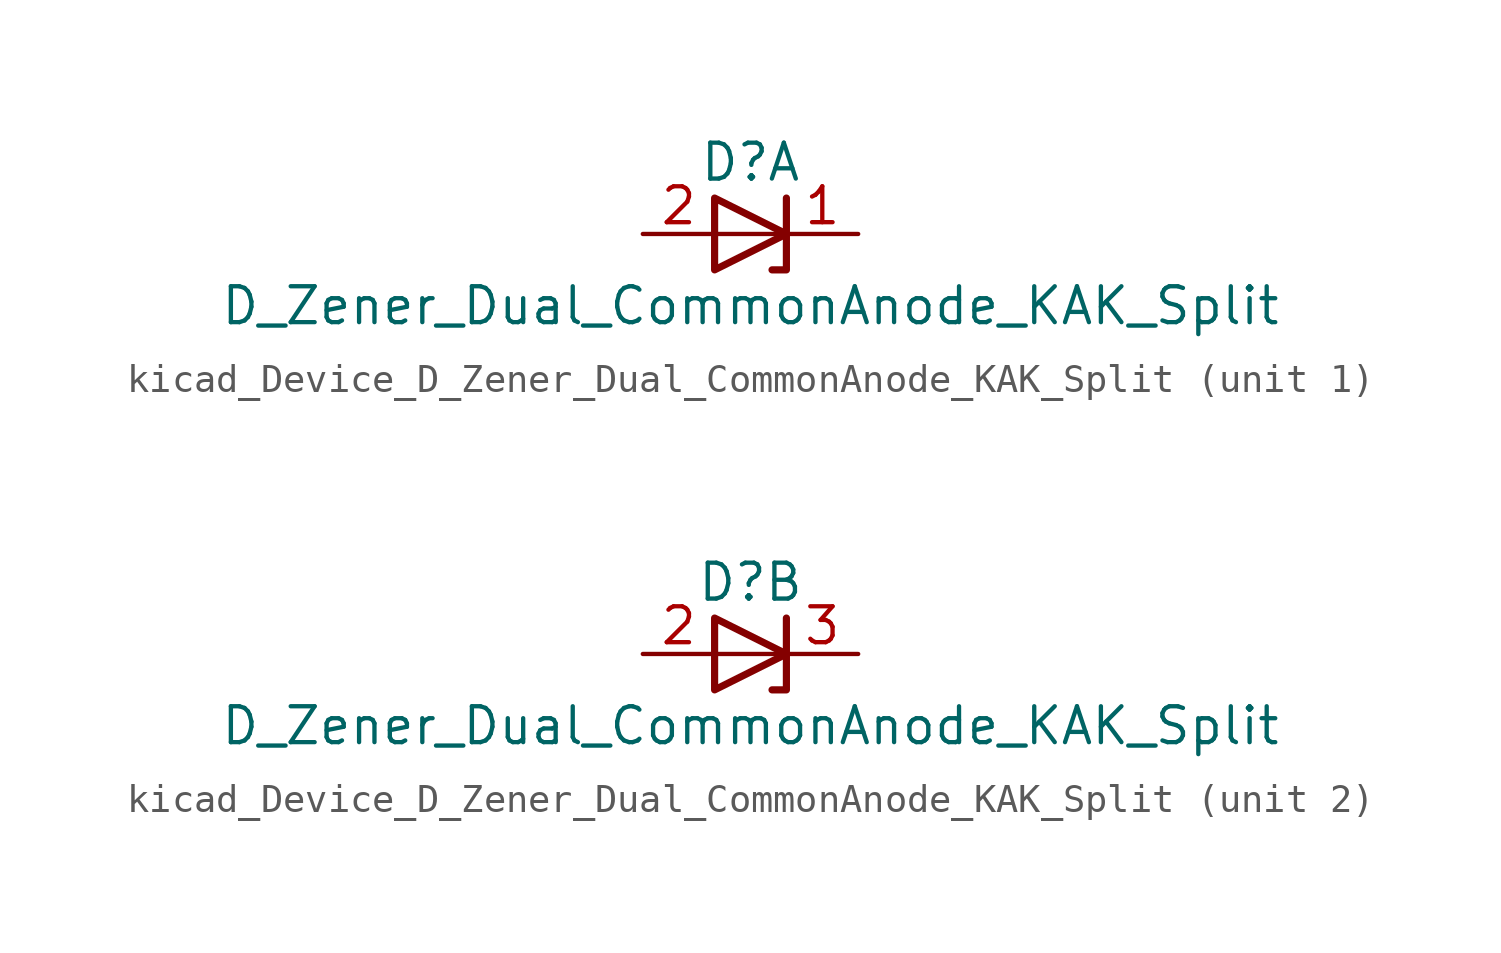
<source format=kicad_sym>
(kicad_symbol_lib
  (version 20220914)
  (generator kicad_symbol_editor)
  (symbol "kicad_Device_D_Zener_Dual_CommonAnode_KAK_Split"
    (pin_names
      (offset 0.762) hide)
    (property "Reference" "D"
      (at 0 2.54 0)
      (effects (font (size 1.27 1.27))))
    (property "Value" "D_Zener_Dual_CommonAnode_KAK_Split"
      (at 0 -2.54 0)
      (effects (font (size 1.27 1.27))))
    (property "ki_locked" ""
      (at 0 0 0)
      (effects (font (size 1.27 1.27))))
    (symbol "kicad_Device_D_Zener_Dual_CommonAnode_KAK_Split_0_0"
      (polyline (pts (xy 1.27 1.27) (xy 1.27 -1.27) (xy 0.762 -1.27)) (stroke (width 0.254) (type default)) (fill (type none))))
    (symbol "kicad_Device_D_Zener_Dual_CommonAnode_KAK_Split_0_1"
      (polyline (pts (xy 1.27 0) (xy -1.27 0)) (stroke (width 0) (type default)) (fill (type none)))
      (polyline (pts (xy -1.27 1.27) (xy 1.27 0) (xy -1.27 -1.27) (xy -1.27 1.27) (xy -1.27 1.27) (xy -1.27 1.27)) (stroke (width 0.254) (type default)) (fill (type none)))
      (pin passive line (at -3.81 0 0) (length 2.54) (name "A" (effects (font (size 1.27 1.27)))) (number "2" (effects (font (size 1.27 1.27))))))
    (symbol "kicad_Device_D_Zener_Dual_CommonAnode_KAK_Split_1_1"
      (pin passive line (at 3.81 0 180) (length 2.54) (name "K" (effects (font (size 1.27 1.27)))) (number "1" (effects (font (size 1.27 1.27))))))
    (symbol "kicad_Device_D_Zener_Dual_CommonAnode_KAK_Split_2_1"
      (pin passive line (at 3.81 0 180) (length 2.54) (name "K" (effects (font (size 1.27 1.27)))) (number "3" (effects (font (size 1.27 1.27))))))))
</source>
